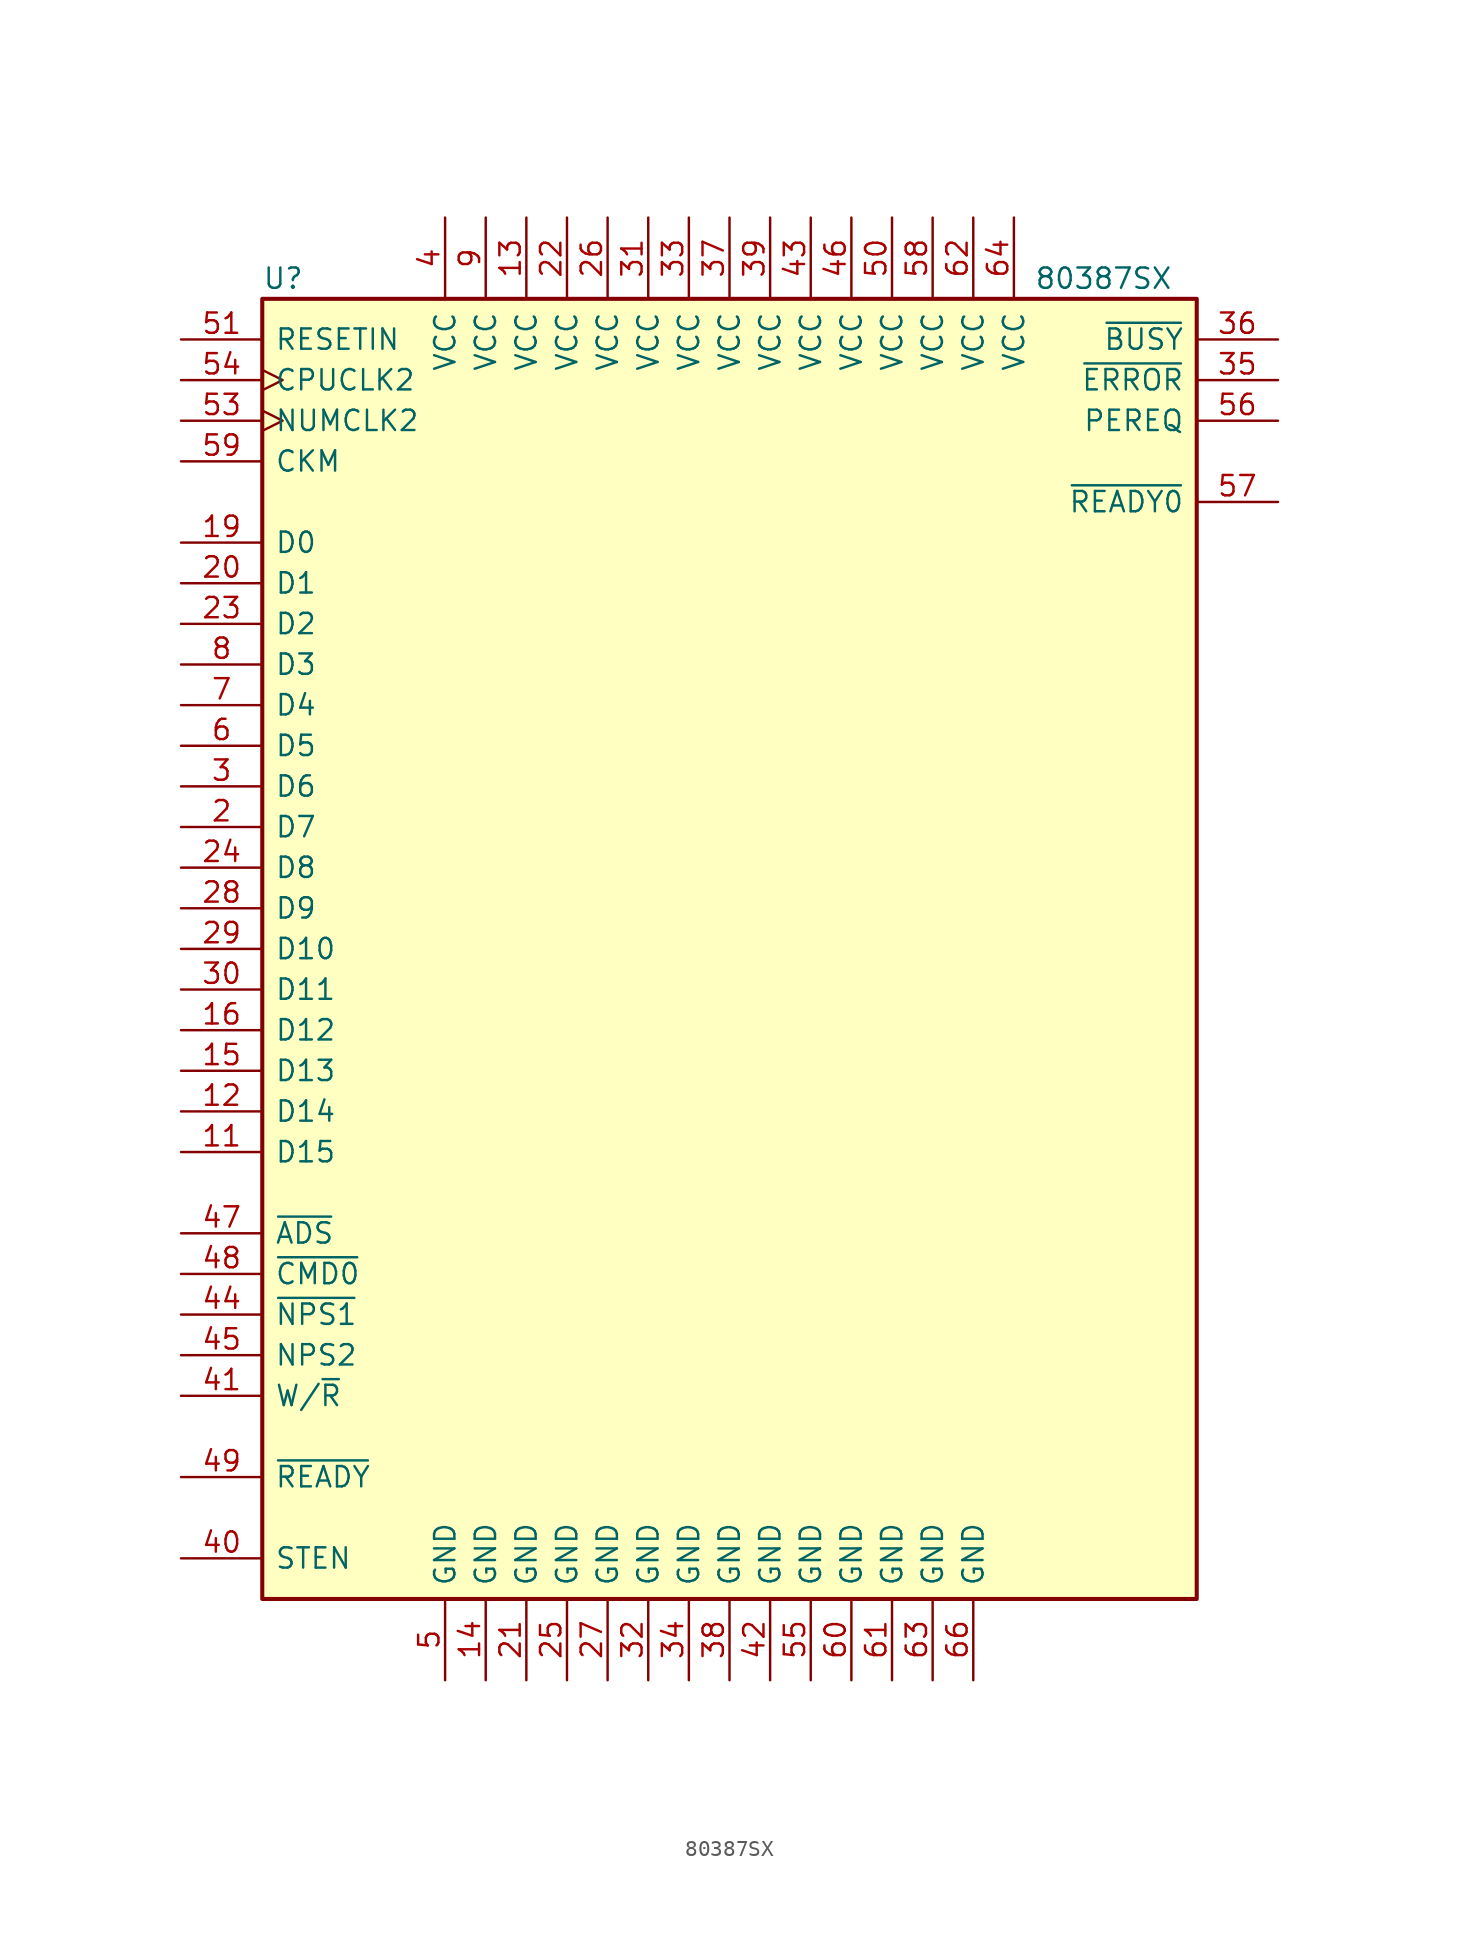
<source format=kicad_sym>
(kicad_symbol_lib
  (version 20211014)
  (generator kicad_symbol_editor)
  (symbol "80387SX"
    (pin_names
      (offset 0.762))
    (property "Reference" "U"
      (at -29.21 46.99 0)
      (effects (font (size 1.27 1.27)) (justify left)))
    (property "Value" "80387SX"
      (at 19.05 46.99 0)
      (effects (font (size 1.27 1.27)) (justify left)))
    (symbol "80387SX_1_1"
      (rectangle (start -29.21 45.72) (end 29.21 -35.56) (stroke (width 0.254) (type default) (color 0 0 0 0)) (fill (type background)))
      (pin no_connect line (at 34.29 17.78 180) (length 5.08) hide (name "NC" (effects (font (size 1.27 1.27)))) (number "1" (effects (font (size 1.27 1.27)))))
      (pin no_connect line (at 34.29 15.24 180) (length 5.08) hide (name "NC" (effects (font (size 1.27 1.27)))) (number "10" (effects (font (size 1.27 1.27)))))
      (pin tri_state line (at -34.29 -7.62 0) (length 5.08) (name "D15" (effects (font (size 1.27 1.27)))) (number "11" (effects (font (size 1.27 1.27)))))
      (pin tri_state line (at -34.29 -5.08 0) (length 5.08) (name "D14" (effects (font (size 1.27 1.27)))) (number "12" (effects (font (size 1.27 1.27)))))
      (pin power_in line (at -12.7 50.8 270) (length 5.08) (name "VCC" (effects (font (size 1.27 1.27)))) (number "13" (effects (font (size 1.27 1.27)))))
      (pin power_in line (at -15.24 -40.64 90) (length 5.08) (name "GND" (effects (font (size 1.27 1.27)))) (number "14" (effects (font (size 1.27 1.27)))))
      (pin tri_state line (at -34.29 -2.54 0) (length 5.08) (name "D13" (effects (font (size 1.27 1.27)))) (number "15" (effects (font (size 1.27 1.27)))))
      (pin tri_state line (at -34.29 0 0) (length 5.08) (name "D12" (effects (font (size 1.27 1.27)))) (number "16" (effects (font (size 1.27 1.27)))))
      (pin no_connect line (at 34.29 12.7 180) (length 5.08) hide (name "NC" (effects (font (size 1.27 1.27)))) (number "17" (effects (font (size 1.27 1.27)))))
      (pin no_connect line (at 34.29 10.16 180) (length 5.08) hide (name "NC" (effects (font (size 1.27 1.27)))) (number "18" (effects (font (size 1.27 1.27)))))
      (pin tri_state line (at -34.29 30.48 0) (length 5.08) (name "D0" (effects (font (size 1.27 1.27)))) (number "19" (effects (font (size 1.27 1.27)))))
      (pin tri_state line (at -34.29 12.7 0) (length 5.08) (name "D7" (effects (font (size 1.27 1.27)))) (number "2" (effects (font (size 1.27 1.27)))))
      (pin tri_state line (at -34.29 27.94 0) (length 5.08) (name "D1" (effects (font (size 1.27 1.27)))) (number "20" (effects (font (size 1.27 1.27)))))
      (pin power_in line (at -12.7 -40.64 90) (length 5.08) (name "GND" (effects (font (size 1.27 1.27)))) (number "21" (effects (font (size 1.27 1.27)))))
      (pin power_in line (at -10.16 50.8 270) (length 5.08) (name "VCC" (effects (font (size 1.27 1.27)))) (number "22" (effects (font (size 1.27 1.27)))))
      (pin tri_state line (at -34.29 25.4 0) (length 5.08) (name "D2" (effects (font (size 1.27 1.27)))) (number "23" (effects (font (size 1.27 1.27)))))
      (pin tri_state line (at -34.29 10.16 0) (length 5.08) (name "D8" (effects (font (size 1.27 1.27)))) (number "24" (effects (font (size 1.27 1.27)))))
      (pin power_in line (at -10.16 -40.64 90) (length 5.08) (name "GND" (effects (font (size 1.27 1.27)))) (number "25" (effects (font (size 1.27 1.27)))))
      (pin power_in line (at -7.62 50.8 270) (length 5.08) (name "VCC" (effects (font (size 1.27 1.27)))) (number "26" (effects (font (size 1.27 1.27)))))
      (pin power_in line (at -7.62 -40.64 90) (length 5.08) (name "GND" (effects (font (size 1.27 1.27)))) (number "27" (effects (font (size 1.27 1.27)))))
      (pin tri_state line (at -34.29 7.62 0) (length 5.08) (name "D9" (effects (font (size 1.27 1.27)))) (number "28" (effects (font (size 1.27 1.27)))))
      (pin tri_state line (at -34.29 5.08 0) (length 5.08) (name "D10" (effects (font (size 1.27 1.27)))) (number "29" (effects (font (size 1.27 1.27)))))
      (pin tri_state line (at -34.29 15.24 0) (length 5.08) (name "D6" (effects (font (size 1.27 1.27)))) (number "3" (effects (font (size 1.27 1.27)))))
      (pin tri_state line (at -34.29 2.54 0) (length 5.08) (name "D11" (effects (font (size 1.27 1.27)))) (number "30" (effects (font (size 1.27 1.27)))))
      (pin power_in line (at -5.08 50.8 270) (length 5.08) (name "VCC" (effects (font (size 1.27 1.27)))) (number "31" (effects (font (size 1.27 1.27)))))
      (pin power_in line (at -5.08 -40.64 90) (length 5.08) (name "GND" (effects (font (size 1.27 1.27)))) (number "32" (effects (font (size 1.27 1.27)))))
      (pin power_in line (at -2.54 50.8 270) (length 5.08) (name "VCC" (effects (font (size 1.27 1.27)))) (number "33" (effects (font (size 1.27 1.27)))))
      (pin power_in line (at -2.54 -40.64 90) (length 5.08) (name "GND" (effects (font (size 1.27 1.27)))) (number "34" (effects (font (size 1.27 1.27)))))
      (pin output line (at 34.29 40.64 180) (length 5.08) (name "~{ERROR}" (effects (font (size 1.27 1.27)))) (number "35" (effects (font (size 1.27 1.27)))))
      (pin output line (at 34.29 43.18 180) (length 5.08) (name "~{BUSY}" (effects (font (size 1.27 1.27)))) (number "36" (effects (font (size 1.27 1.27)))))
      (pin power_in line (at 0 50.8 270) (length 5.08) (name "VCC" (effects (font (size 1.27 1.27)))) (number "37" (effects (font (size 1.27 1.27)))))
      (pin power_in line (at 0 -40.64 90) (length 5.08) (name "GND" (effects (font (size 1.27 1.27)))) (number "38" (effects (font (size 1.27 1.27)))))
      (pin power_in line (at 2.54 50.8 270) (length 5.08) (name "VCC" (effects (font (size 1.27 1.27)))) (number "39" (effects (font (size 1.27 1.27)))))
      (pin power_in line (at -17.78 50.8 270) (length 5.08) (name "VCC" (effects (font (size 1.27 1.27)))) (number "4" (effects (font (size 1.27 1.27)))))
      (pin input line (at -34.29 -33.02 0) (length 5.08) (name "STEN" (effects (font (size 1.27 1.27)))) (number "40" (effects (font (size 1.27 1.27)))))
      (pin input line (at -34.29 -22.86 0) (length 5.08) (name "W/~{R}" (effects (font (size 1.27 1.27)))) (number "41" (effects (font (size 1.27 1.27)))))
      (pin power_in line (at 2.54 -40.64 90) (length 5.08) (name "GND" (effects (font (size 1.27 1.27)))) (number "42" (effects (font (size 1.27 1.27)))))
      (pin power_in line (at 5.08 50.8 270) (length 5.08) (name "VCC" (effects (font (size 1.27 1.27)))) (number "43" (effects (font (size 1.27 1.27)))))
      (pin input line (at -34.29 -17.78 0) (length 5.08) (name "~{NPS1}" (effects (font (size 1.27 1.27)))) (number "44" (effects (font (size 1.27 1.27)))))
      (pin input line (at -34.29 -20.32 0) (length 5.08) (name "NPS2" (effects (font (size 1.27 1.27)))) (number "45" (effects (font (size 1.27 1.27)))))
      (pin power_in line (at 7.62 50.8 270) (length 5.08) (name "VCC" (effects (font (size 1.27 1.27)))) (number "46" (effects (font (size 1.27 1.27)))))
      (pin input line (at -34.29 -12.7 0) (length 5.08) (name "~{ADS}" (effects (font (size 1.27 1.27)))) (number "47" (effects (font (size 1.27 1.27)))))
      (pin input line (at -34.29 -15.24 0) (length 5.08) (name "~{CMD0}" (effects (font (size 1.27 1.27)))) (number "48" (effects (font (size 1.27 1.27)))))
      (pin input line (at -34.29 -27.94 0) (length 5.08) (name "~{READY}" (effects (font (size 1.27 1.27)))) (number "49" (effects (font (size 1.27 1.27)))))
      (pin power_in line (at -17.78 -40.64 90) (length 5.08) (name "GND" (effects (font (size 1.27 1.27)))) (number "5" (effects (font (size 1.27 1.27)))))
      (pin power_in line (at 10.16 50.8 270) (length 5.08) (name "VCC" (effects (font (size 1.27 1.27)))) (number "50" (effects (font (size 1.27 1.27)))))
      (pin input line (at -34.29 43.18 0) (length 5.08) (name "RESETIN" (effects (font (size 1.27 1.27)))) (number "51" (effects (font (size 1.27 1.27)))))
      (pin no_connect line (at 34.29 7.62 180) (length 5.08) hide (name "NC" (effects (font (size 1.27 1.27)))) (number "52" (effects (font (size 1.27 1.27)))))
      (pin input clock (at -34.29 38.1 0) (length 5.08) (name "NUMCLK2" (effects (font (size 1.27 1.27)))) (number "53" (effects (font (size 1.27 1.27)))))
      (pin input clock (at -34.29 40.64 0) (length 5.08) (name "CPUCLK2" (effects (font (size 1.27 1.27)))) (number "54" (effects (font (size 1.27 1.27)))))
      (pin power_in line (at 5.08 -40.64 90) (length 5.08) (name "GND" (effects (font (size 1.27 1.27)))) (number "55" (effects (font (size 1.27 1.27)))))
      (pin output line (at 34.29 38.1 180) (length 5.08) (name "PEREQ" (effects (font (size 1.27 1.27)))) (number "56" (effects (font (size 1.27 1.27)))))
      (pin output line (at 34.29 33.02 180) (length 5.08) (name "~{READY0}" (effects (font (size 1.27 1.27)))) (number "57" (effects (font (size 1.27 1.27)))))
      (pin power_in line (at 12.7 50.8 270) (length 5.08) (name "VCC" (effects (font (size 1.27 1.27)))) (number "58" (effects (font (size 1.27 1.27)))))
      (pin input line (at -34.29 35.56 0) (length 5.08) (name "CKM" (effects (font (size 1.27 1.27)))) (number "59" (effects (font (size 1.27 1.27)))))
      (pin tri_state line (at -34.29 17.78 0) (length 5.08) (name "D5" (effects (font (size 1.27 1.27)))) (number "6" (effects (font (size 1.27 1.27)))))
      (pin power_in line (at 7.62 -40.64 90) (length 5.08) (name "GND" (effects (font (size 1.27 1.27)))) (number "60" (effects (font (size 1.27 1.27)))))
      (pin power_in line (at 10.16 -40.64 90) (length 5.08) (name "GND" (effects (font (size 1.27 1.27)))) (number "61" (effects (font (size 1.27 1.27)))))
      (pin power_in line (at 15.24 50.8 270) (length 5.08) (name "VCC" (effects (font (size 1.27 1.27)))) (number "62" (effects (font (size 1.27 1.27)))))
      (pin power_in line (at 12.7 -40.64 90) (length 5.08) (name "GND" (effects (font (size 1.27 1.27)))) (number "63" (effects (font (size 1.27 1.27)))))
      (pin power_in line (at 17.78 50.8 270) (length 5.08) (name "VCC" (effects (font (size 1.27 1.27)))) (number "64" (effects (font (size 1.27 1.27)))))
      (pin no_connect line (at 34.29 5.08 180) (length 5.08) hide (name "NC" (effects (font (size 1.27 1.27)))) (number "65" (effects (font (size 1.27 1.27)))))
      (pin power_in line (at 15.24 -40.64 90) (length 5.08) (name "GND" (effects (font (size 1.27 1.27)))) (number "66" (effects (font (size 1.27 1.27)))))
      (pin no_connect line (at 34.29 2.54 180) (length 5.08) hide (name "NC" (effects (font (size 1.27 1.27)))) (number "67" (effects (font (size 1.27 1.27)))))
      (pin no_connect line (at 34.29 0 180) (length 5.08) hide (name "NC" (effects (font (size 1.27 1.27)))) (number "68" (effects (font (size 1.27 1.27)))))
      (pin tri_state line (at -34.29 20.32 0) (length 5.08) (name "D4" (effects (font (size 1.27 1.27)))) (number "7" (effects (font (size 1.27 1.27)))))
      (pin tri_state line (at -34.29 22.86 0) (length 5.08) (name "D3" (effects (font (size 1.27 1.27)))) (number "8" (effects (font (size 1.27 1.27)))))
      (pin power_in line (at -15.24 50.8 270) (length 5.08) (name "VCC" (effects (font (size 1.27 1.27)))) (number "9" (effects (font (size 1.27 1.27))))))))
</source>
